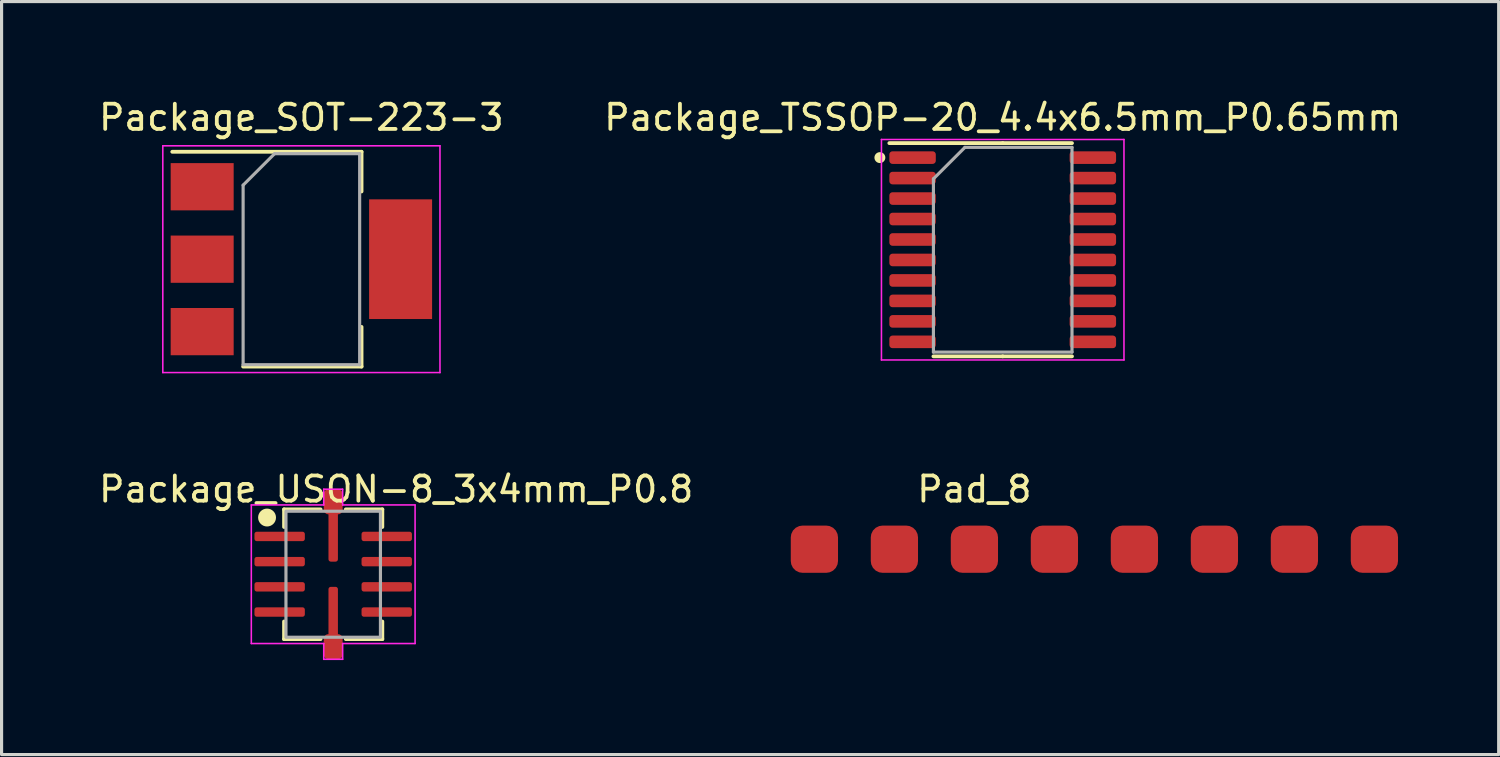
<source format=kicad_pcb>
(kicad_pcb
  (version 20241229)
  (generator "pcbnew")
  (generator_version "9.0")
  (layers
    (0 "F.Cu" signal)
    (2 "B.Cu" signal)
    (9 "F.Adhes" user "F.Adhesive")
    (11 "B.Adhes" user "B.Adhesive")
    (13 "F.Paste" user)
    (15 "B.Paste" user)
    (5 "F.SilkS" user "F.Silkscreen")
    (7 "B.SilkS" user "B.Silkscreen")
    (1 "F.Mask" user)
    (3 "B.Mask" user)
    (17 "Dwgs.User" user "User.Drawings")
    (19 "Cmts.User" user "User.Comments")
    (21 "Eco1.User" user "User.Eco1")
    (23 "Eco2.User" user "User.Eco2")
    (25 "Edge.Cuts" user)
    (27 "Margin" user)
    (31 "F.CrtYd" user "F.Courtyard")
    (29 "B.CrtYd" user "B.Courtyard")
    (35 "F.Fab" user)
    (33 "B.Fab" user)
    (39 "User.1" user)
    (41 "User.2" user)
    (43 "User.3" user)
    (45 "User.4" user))
  (footprint "Pad_8"
    (layer "F.Cu")
    (at 22.807 14.387)
    (property "Reference" "Pad_8" (at 5.08 -1.905 0) (layer "F.SilkS") (effects (font (size 0.8 0.8) (thickness 0.12))))
    (attr smd)
    (pad "1" smd roundrect (at 0 0) (size 1.5 1.5) (layers "F.Cu" "F.Mask" "F.Paste") (roundrect_rratio 0.25))
    (pad "2" smd roundrect (at 2.54 0) (size 1.5 1.5) (layers "F.Cu" "F.Mask" "F.Paste") (roundrect_rratio 0.25))
    (pad "3" smd roundrect (at 5.08 0) (size 1.5 1.5) (layers "F.Cu" "F.Mask" "F.Paste") (roundrect_rratio 0.25))
    (pad "4" smd roundrect (at 7.62 0) (size 1.5 1.5) (layers "F.Cu" "F.Mask" "F.Paste") (roundrect_rratio 0.25))
    (pad "5" smd roundrect (at 10.16 0) (size 1.5 1.5) (layers "F.Cu" "F.Mask" "F.Paste") (roundrect_rratio 0.25))
    (pad "6" smd roundrect (at 12.7 0) (size 1.5 1.5) (layers "F.Cu" "F.Mask" "F.Paste") (roundrect_rratio 0.25))
    (pad "7" smd roundrect (at 15.24 0) (size 1.5 1.5) (layers "F.Cu" "F.Mask" "F.Paste") (roundrect_rratio 0.25))
    (pad "8" smd roundrect (at 17.78 0) (size 1.5 1.5) (layers "F.Cu" "F.Mask" "F.Paste") (roundrect_rratio 0.25)))
  (footprint "Package_USON-8_3x4mm_P0.8"
    (layer "F.Cu")
    (at 7.529 15.182)
    (property "Reference" "Package_USON-8_3x4mm_P0.8" (at 2 -2.7 0) (unlocked yes) (layer "F.SilkS") (effects (font (size 0.8 0.8) (thickness 0.12))))
    (attr smd)
    (fp_line (start -1.56 -2.06) (end -0.4 -2.06) (stroke (width 0.12) (type default)) (layer "F.SilkS"))
    (fp_line (start -1.56 -1.5) (end -1.56 -2.06) (stroke (width 0.12) (type default)) (layer "F.SilkS"))
    (fp_line (start -1.56 1.5) (end -1.56 2.06) (stroke (width 0.12) (type default)) (layer "F.SilkS"))
    (fp_line (start -1.56 2.06) (end -0.4 2.06) (stroke (width 0.12) (type default)) (layer "F.SilkS"))
    (fp_line (start 0.4 -2.06) (end 1.56 -2.06) (stroke (width 0.12) (type default)) (layer "F.SilkS"))
    (fp_line (start 0.4 2.06) (end 1.56 2.06) (stroke (width 0.12) (type default)) (layer "F.SilkS"))
    (fp_line (start 1.56 -1.5) (end 1.56 -2.06) (stroke (width 0.12) (type default)) (layer "F.SilkS"))
    (fp_line (start 1.56 1.5) (end 1.56 2.06) (stroke (width 0.12) (type default)) (layer "F.SilkS"))
    (fp_circle (center -2.1 -1.8) (end -2.1 -2.024) (stroke (width 0.12) (type solid)) (fill yes) (layer "F.SilkS"))
    (fp_line (start -2.6 -2.2) (end -0.3 -2.2) (stroke (width 0.05) (type default)) (layer "F.CrtYd"))
    (fp_line (start -2.6 2.2) (end -2.6 -2.2) (stroke (width 0.05) (type default)) (layer "F.CrtYd"))
    (fp_line (start -0.3 -2.7) (end 0.3 -2.7) (stroke (width 0.05) (type default)) (layer "F.CrtYd"))
    (fp_line (start -0.3 -2.2) (end -0.3 -2.7) (stroke (width 0.05) (type default)) (layer "F.CrtYd"))
    (fp_line (start -0.3 2.2) (end -2.6 2.2) (stroke (width 0.05) (type default)) (layer "F.CrtYd"))
    (fp_line (start -0.3 2.7) (end -0.3 2.2) (stroke (width 0.05) (type default)) (layer "F.CrtYd"))
    (fp_line (start 0.3 -2.7) (end 0.3 -2.2) (stroke (width 0.05) (type default)) (layer "F.CrtYd"))
    (fp_line (start 0.3 -2.2) (end 2.6 -2.2) (stroke (width 0.05) (type default)) (layer "F.CrtYd"))
    (fp_line (start 0.3 2.2) (end 0.3 2.7) (stroke (width 0.05) (type default)) (layer "F.CrtYd"))
    (fp_line (start 0.3 2.7) (end -0.3 2.7) (stroke (width 0.05) (type default)) (layer "F.CrtYd"))
    (fp_line (start 2.6 -2.2) (end 2.6 2.2) (stroke (width 0.05) (type default)) (layer "F.CrtYd"))
    (fp_line (start 2.6 2.2) (end 0.3 2.2) (stroke (width 0.05) (type default)) (layer "F.CrtYd"))
    (fp_rect (start -1.5 -2) (end 1.5 2) (stroke (width 0.1) (type default)) (fill no) (layer "F.Fab"))
    (pad "0" smd roundrect (at 0 -2.3 180) (size 0.6 0.8) (layers "F.Cu" "F.Mask" "F.Paste") (roundrect_rratio 0.25))
    (pad "0" smd roundrect (at 0 -1.2 180) (size 0.3 1.6) (layers "F.Cu" "F.Mask" "F.Paste") (roundrect_rratio 0.25))
    (pad "0" smd roundrect (at 0 1.2 180) (size 0.3 1.6) (layers "F.Cu" "F.Mask" "F.Paste") (roundrect_rratio 0.25))
    (pad "0" smd roundrect (at 0 2.3 180) (size 0.6 0.8) (layers "F.Cu" "F.Mask" "F.Paste") (roundrect_rratio 0.25))
    (pad "1" smd roundrect (at -1.7 -1.2 90) (size 0.3 1.6) (layers "F.Cu" "F.Mask" "F.Paste") (roundrect_rratio 0.25))
    (pad "2" smd roundrect (at -1.7 -0.4 90) (size 0.3 1.6) (layers "F.Cu" "F.Mask" "F.Paste") (roundrect_rratio 0.25))
    (pad "3" smd roundrect (at -1.7 0.4 90) (size 0.3 1.6) (layers "F.Cu" "F.Mask" "F.Paste") (roundrect_rratio 0.25))
    (pad "4" smd roundrect (at -1.7 1.2 90) (size 0.3 1.6) (layers "F.Cu" "F.Mask" "F.Paste") (roundrect_rratio 0.25))
    (pad "5" smd roundrect (at 1.7 1.2 90) (size 0.3 1.6) (layers "F.Cu" "F.Mask" "F.Paste") (roundrect_rratio 0.25))
    (pad "6" smd roundrect (at 1.7 0.4 90) (size 0.3 1.6) (layers "F.Cu" "F.Mask" "F.Paste") (roundrect_rratio 0.25))
    (pad "7" smd roundrect (at 1.7 -0.4 90) (size 0.3 1.6) (layers "F.Cu" "F.Mask" "F.Paste") (roundrect_rratio 0.25))
    (pad "8" smd roundrect (at 1.7 -1.2 90) (size 0.3 1.6) (layers "F.Cu" "F.Mask" "F.Paste") (roundrect_rratio 0.25)))
  (footprint "Package_SOT-223-3"
    (layer "F.Cu")
    (at 6.519 5.179)
    (property "Reference" "Package_SOT-223-3" (at 0 -4.5 0) (layer "F.SilkS") (effects (font (size 0.8 0.8) (thickness 0.12))))
    (attr smd)
    (fp_line (start -4.1 -3.41) (end 1.91 -3.41) (stroke (width 0.12) (type solid)) (layer "F.SilkS"))
    (fp_line (start -1.85 3.41) (end 1.91 3.41) (stroke (width 0.12) (type solid)) (layer "F.SilkS"))
    (fp_line (start 1.91 -3.41) (end 1.91 -2.15) (stroke (width 0.12) (type solid)) (layer "F.SilkS"))
    (fp_line (start 1.91 3.41) (end 1.91 2.15) (stroke (width 0.12) (type solid)) (layer "F.SilkS"))
    (fp_line (start -4.4 -3.6) (end -4.4 3.6) (stroke (width 0.05) (type solid)) (layer "F.CrtYd"))
    (fp_line (start -4.4 3.6) (end 4.4 3.6) (stroke (width 0.05) (type solid)) (layer "F.CrtYd"))
    (fp_line (start 4.4 -3.6) (end -4.4 -3.6) (stroke (width 0.05) (type solid)) (layer "F.CrtYd"))
    (fp_line (start 4.4 3.6) (end 4.4 -3.6) (stroke (width 0.05) (type solid)) (layer "F.CrtYd"))
    (fp_line (start -1.85 -2.35) (end -1.85 3.35) (stroke (width 0.1) (type solid)) (layer "F.Fab"))
    (fp_line (start -1.85 -2.35) (end -0.85 -3.35) (stroke (width 0.1) (type solid)) (layer "F.Fab"))
    (fp_line (start -1.85 3.35) (end 1.85 3.35) (stroke (width 0.1) (type solid)) (layer "F.Fab"))
    (fp_line (start -0.85 -3.35) (end 1.85 -3.35) (stroke (width 0.1) (type solid)) (layer "F.Fab"))
    (fp_line (start 1.85 -3.35) (end 1.85 3.35) (stroke (width 0.1) (type solid)) (layer "F.Fab"))
    (pad "1" smd rect (at -3.15 -2.3) (size 2 1.5) (layers "F.Cu" "F.Mask" "F.Paste"))
    (pad "2" smd rect (at -3.15 0) (size 2 1.5) (layers "F.Cu" "F.Mask" "F.Paste"))
    (pad "2" smd rect (at 3.15 0) (size 2 3.8) (layers "F.Cu" "F.Mask" "F.Paste"))
    (pad "3" smd rect (at -3.15 2.3) (size 2 1.5) (layers "F.Cu" "F.Mask" "F.Paste")))
  (footprint "Package_TSSOP-20_4.4x6.5mm_P0.65mm"
    (layer "F.Cu")
    (at 28.786 4.879)
    (property "Reference" "Package_TSSOP-20_4.4x6.5mm_P0.65mm" (at 0 -4.2 0) (layer "F.SilkS") (effects (font (size 0.8 0.8) (thickness 0.12))))
    (attr smd)
    (fp_line (start 0 -3.385) (end -3.6 -3.385) (stroke (width 0.12) (type solid)) (layer "F.SilkS"))
    (fp_line (start 0 -3.385) (end 2.2 -3.385) (stroke (width 0.12) (type solid)) (layer "F.SilkS"))
    (fp_line (start 0 3.385) (end -2.2 3.385) (stroke (width 0.12) (type solid)) (layer "F.SilkS"))
    (fp_line (start 0 3.385) (end 2.2 3.385) (stroke (width 0.12) (type solid)) (layer "F.SilkS"))
    (fp_circle (center -3.9 -2.925) (end -3.787 -2.925) (stroke (width 0.12) (type solid)) (fill yes) (layer "F.SilkS"))
    (fp_line (start -3.85 -3.5) (end -3.85 3.5) (stroke (width 0.05) (type solid)) (layer "F.CrtYd"))
    (fp_line (start -3.85 3.5) (end 3.85 3.5) (stroke (width 0.05) (type solid)) (layer "F.CrtYd"))
    (fp_line (start 3.85 -3.5) (end -3.85 -3.5) (stroke (width 0.05) (type solid)) (layer "F.CrtYd"))
    (fp_line (start 3.85 3.5) (end 3.85 -3.5) (stroke (width 0.05) (type solid)) (layer "F.CrtYd"))
    (fp_line (start -2.2 -2.25) (end -1.2 -3.25) (stroke (width 0.1) (type solid)) (layer "F.Fab"))
    (fp_line (start -2.2 3.25) (end -2.2 -2.25) (stroke (width 0.1) (type solid)) (layer "F.Fab"))
    (fp_line (start -1.2 -3.25) (end 2.2 -3.25) (stroke (width 0.1) (type solid)) (layer "F.Fab"))
    (fp_line (start 2.2 -3.25) (end 2.2 3.25) (stroke (width 0.1) (type solid)) (layer "F.Fab"))
    (fp_line (start 2.2 3.25) (end -2.2 3.25) (stroke (width 0.1) (type solid)) (layer "F.Fab"))
    (pad "1" smd roundrect (at -2.862 -2.925) (size 1.475 0.4) (layers "F.Cu" "F.Mask" "F.Paste") (roundrect_rratio 0.25))
    (pad "2" smd roundrect (at -2.862 -2.275) (size 1.475 0.4) (layers "F.Cu" "F.Mask" "F.Paste") (roundrect_rratio 0.25))
    (pad "3" smd roundrect (at -2.862 -1.625) (size 1.475 0.4) (layers "F.Cu" "F.Mask" "F.Paste") (roundrect_rratio 0.25))
    (pad "4" smd roundrect (at -2.862 -0.975) (size 1.475 0.4) (layers "F.Cu" "F.Mask" "F.Paste") (roundrect_rratio 0.25))
    (pad "5" smd roundrect (at -2.862 -0.325) (size 1.475 0.4) (layers "F.Cu" "F.Mask" "F.Paste") (roundrect_rratio 0.25))
    (pad "6" smd roundrect (at -2.862 0.325) (size 1.475 0.4) (layers "F.Cu" "F.Mask" "F.Paste") (roundrect_rratio 0.25))
    (pad "7" smd roundrect (at -2.862 0.975) (size 1.475 0.4) (layers "F.Cu" "F.Mask" "F.Paste") (roundrect_rratio 0.25))
    (pad "8" smd roundrect (at -2.862 1.625) (size 1.475 0.4) (layers "F.Cu" "F.Mask" "F.Paste") (roundrect_rratio 0.25))
    (pad "9" smd roundrect (at -2.862 2.275) (size 1.475 0.4) (layers "F.Cu" "F.Mask" "F.Paste") (roundrect_rratio 0.25))
    (pad "10" smd roundrect (at -2.862 2.925) (size 1.475 0.4) (layers "F.Cu" "F.Mask" "F.Paste") (roundrect_rratio 0.25))
    (pad "11" smd roundrect (at 2.862 2.925) (size 1.475 0.4) (layers "F.Cu" "F.Mask" "F.Paste") (roundrect_rratio 0.25))
    (pad "12" smd roundrect (at 2.862 2.275) (size 1.475 0.4) (layers "F.Cu" "F.Mask" "F.Paste") (roundrect_rratio 0.25))
    (pad "13" smd roundrect (at 2.862 1.625) (size 1.475 0.4) (layers "F.Cu" "F.Mask" "F.Paste") (roundrect_rratio 0.25))
    (pad "14" smd roundrect (at 2.862 0.975) (size 1.475 0.4) (layers "F.Cu" "F.Mask" "F.Paste") (roundrect_rratio 0.25))
    (pad "15" smd roundrect (at 2.862 0.325) (size 1.475 0.4) (layers "F.Cu" "F.Mask" "F.Paste") (roundrect_rratio 0.25))
    (pad "16" smd roundrect (at 2.862 -0.325) (size 1.475 0.4) (layers "F.Cu" "F.Mask" "F.Paste") (roundrect_rratio 0.25))
    (pad "17" smd roundrect (at 2.862 -0.975) (size 1.475 0.4) (layers "F.Cu" "F.Mask" "F.Paste") (roundrect_rratio 0.25))
    (pad "18" smd roundrect (at 2.862 -1.625) (size 1.475 0.4) (layers "F.Cu" "F.Mask" "F.Paste") (roundrect_rratio 0.25))
    (pad "19" smd roundrect (at 2.862 -2.275) (size 1.475 0.4) (layers "F.Cu" "F.Mask" "F.Paste") (roundrect_rratio 0.25))
    (pad "20" smd roundrect (at 2.862 -2.925) (size 1.475 0.4) (layers "F.Cu" "F.Mask" "F.Paste") (roundrect_rratio 0.25)))
  (gr_rect
    (start -3 -3)
    (end 44.533 20.907)
    (stroke (width 0.1) (type default))
    (fill no)
    (layer "Edge.Cuts")))
</source>
